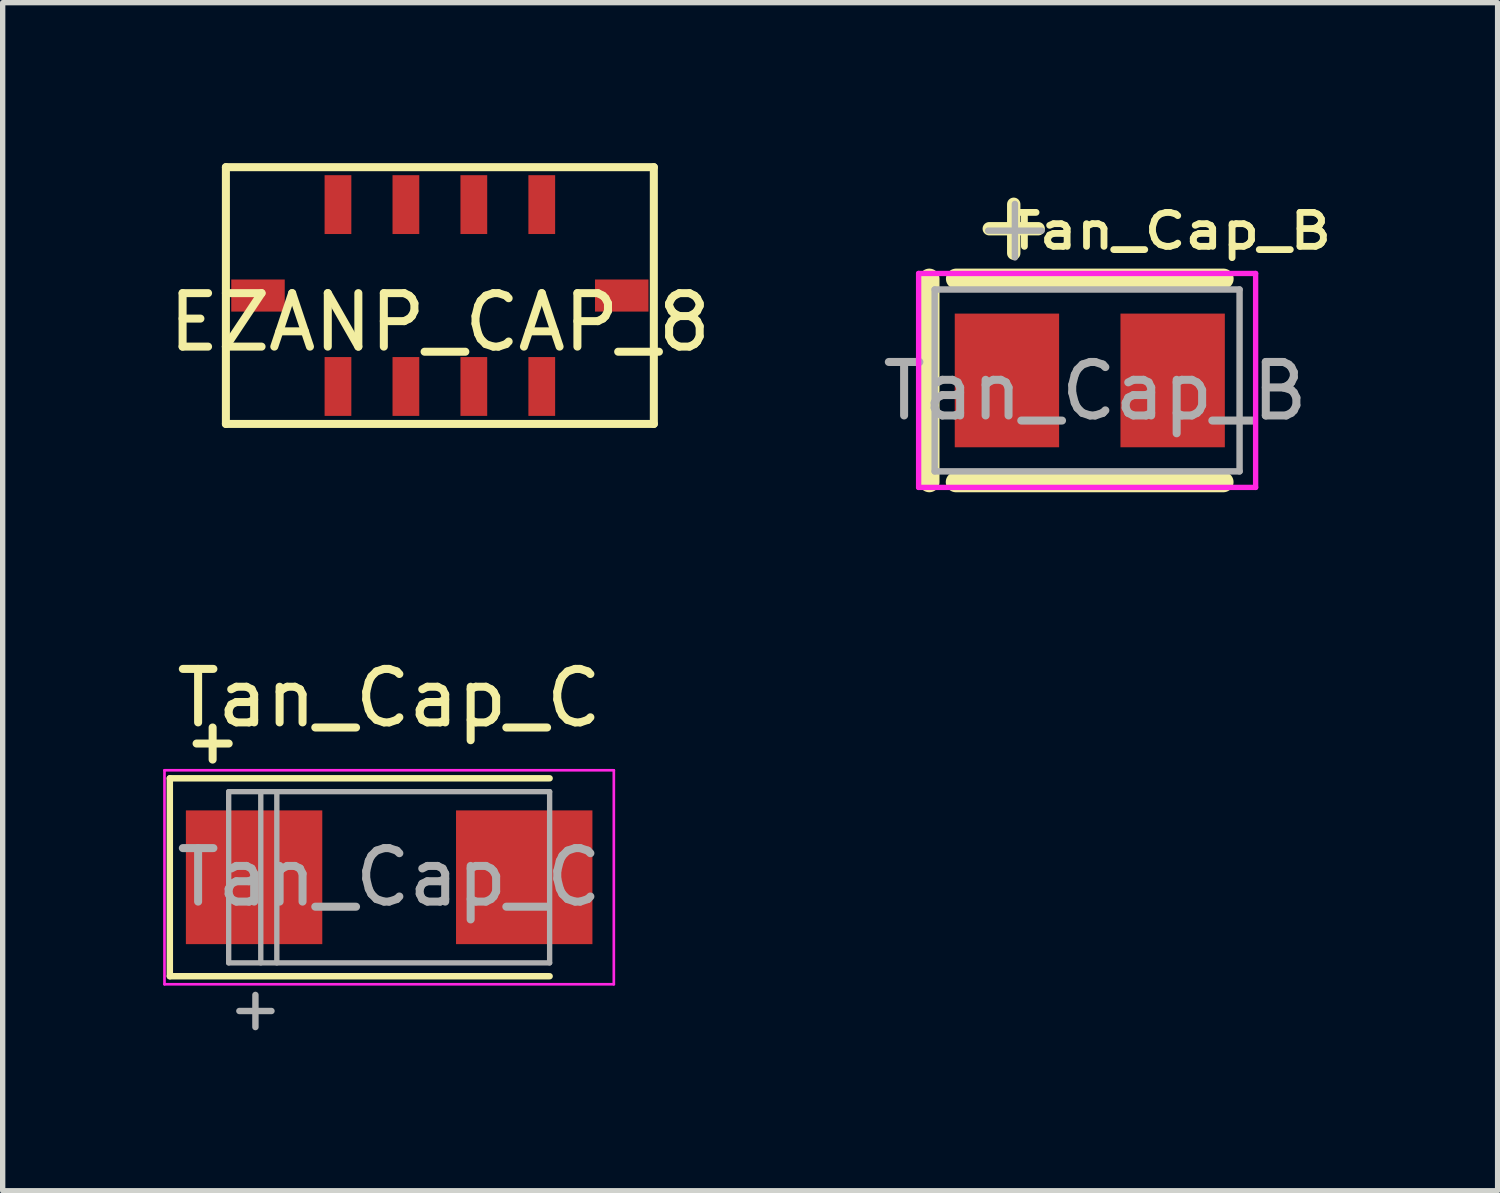
<source format=kicad_pcb>
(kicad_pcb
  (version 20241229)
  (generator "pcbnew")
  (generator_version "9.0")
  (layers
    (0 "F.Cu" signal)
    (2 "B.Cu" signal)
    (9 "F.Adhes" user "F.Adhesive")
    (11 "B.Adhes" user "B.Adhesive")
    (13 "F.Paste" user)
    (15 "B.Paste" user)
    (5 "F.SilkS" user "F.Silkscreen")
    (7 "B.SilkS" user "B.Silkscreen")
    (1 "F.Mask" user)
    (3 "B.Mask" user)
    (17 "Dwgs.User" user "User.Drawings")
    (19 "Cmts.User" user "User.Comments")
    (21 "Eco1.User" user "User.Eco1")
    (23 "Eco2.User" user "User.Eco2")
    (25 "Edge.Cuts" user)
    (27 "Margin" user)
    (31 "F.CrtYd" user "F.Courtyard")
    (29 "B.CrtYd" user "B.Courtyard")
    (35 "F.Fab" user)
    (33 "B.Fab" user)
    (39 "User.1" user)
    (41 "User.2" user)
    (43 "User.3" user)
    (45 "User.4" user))
  (footprint "Tan_Cap_C"
    (layer "F.Cu")
    (at 4.225 13.35)
    (property "Reference" "Tan_Cap_C" (at 0 -3.35 0) (layer "F.SilkS") (effects (font (size 1 1) (thickness 0.15))))
    (attr smd)
    (fp_line (start -4.1 -1.85) (end -4.1 1.85) (stroke (width 0.12) (type solid)) (layer "F.SilkS"))
    (fp_line (start -4.1 -1.85) (end 3 -1.85) (stroke (width 0.12) (type solid)) (layer "F.SilkS"))
    (fp_line (start -4.1 1.85) (end 3 1.85) (stroke (width 0.12) (type solid)) (layer "F.SilkS"))
    (fp_line (start -3.6 -2.5) (end -3 -2.5) (stroke (width 0.15) (type solid)) (layer "F.SilkS"))
    (fp_line (start -3.3 -2.2) (end -3.3 -2.8) (stroke (width 0.15) (type solid)) (layer "F.SilkS"))
    (fp_line (start -4.2 -2) (end -4.2 2) (stroke (width 0.05) (type solid)) (layer "F.CrtYd"))
    (fp_line (start -4.2 2) (end 4.2 2) (stroke (width 0.05) (type solid)) (layer "F.CrtYd"))
    (fp_line (start 4.2 -2) (end -4.2 -2) (stroke (width 0.05) (type solid)) (layer "F.CrtYd"))
    (fp_line (start 4.2 2) (end 4.2 -2) (stroke (width 0.05) (type solid)) (layer "F.CrtYd"))
    (fp_line (start -3 -1.6) (end -3 1.6) (stroke (width 0.1) (type solid)) (layer "F.Fab"))
    (fp_line (start -3 1.6) (end 3 1.6) (stroke (width 0.1) (type solid)) (layer "F.Fab"))
    (fp_line (start -2.8 2.5) (end -2.2 2.5) (stroke (width 0.12) (type solid)) (layer "F.Fab"))
    (fp_line (start -2.5 2.2) (end -2.5 2.8) (stroke (width 0.12) (type solid)) (layer "F.Fab"))
    (fp_line (start -2.4 -1.6) (end -2.4 1.6) (stroke (width 0.1) (type solid)) (layer "F.Fab"))
    (fp_line (start -2.1 -1.6) (end -2.1 1.6) (stroke (width 0.1) (type solid)) (layer "F.Fab"))
    (fp_line (start 3 -1.6) (end -3 -1.6) (stroke (width 0.1) (type solid)) (layer "F.Fab"))
    (fp_line (start 3 1.6) (end 3 -1.6) (stroke (width 0.1) (type solid)) (layer "F.Fab"))
    (fp_text user "${REFERENCE}" (at 0 0 0) (layer "F.Fab") (effects (font (size 1 1) (thickness 0.15))))
    (pad "1" smd rect (at -2.525 0) (size 2.55 2.5) (layers "F.Cu" "F.Mask" "F.Paste"))
    (pad "2" smd rect (at 2.525 0) (size 2.55 2.5) (layers "F.Cu" "F.Mask" "F.Paste")))
  (footprint "EZANP_CAP_8"
    (layer "F.Cu")
    (at 5.173 2.475)
    (property "Reference" "EZANP_CAP_8" (at 0 0.5 0) (layer "F.SilkS") (effects (font (size 1 1) (thickness 0.15))))
    (attr through_hole)
    (fp_line (start -4 -2.4) (end 4 -2.4) (stroke (width 0.15) (type solid)) (layer "F.SilkS"))
    (fp_line (start -4 2.4) (end -4 -2.4) (stroke (width 0.15) (type solid)) (layer "F.SilkS"))
    (fp_line (start 4 -2.4) (end 4 2.4) (stroke (width 0.15) (type solid)) (layer "F.SilkS"))
    (fp_line (start 4 2.4) (end -4 2.4) (stroke (width 0.15) (type solid)) (layer "F.SilkS"))
    (pad "1" smd rect (at -3.4 0) (size 1 0.6) (layers "F.Cu" "F.Mask" "F.Paste"))
    (pad "2" smd rect (at -1.905 1.7) (size 0.5 1.1) (layers "F.Cu" "F.Mask" "F.Paste"))
    (pad "3" smd rect (at -0.635 1.7) (size 0.5 1.1) (layers "F.Cu" "F.Mask" "F.Paste"))
    (pad "4" smd rect (at 0.635 1.7) (size 0.5 1.1) (layers "F.Cu" "F.Mask" "F.Paste"))
    (pad "5" smd rect (at 1.905 1.7) (size 0.5 1.1) (layers "F.Cu" "F.Mask" "F.Paste"))
    (pad "6" smd rect (at 3.4 0) (size 1 0.6) (layers "F.Cu" "F.Mask" "F.Paste"))
    (pad "7" smd rect (at 1.905 -1.7) (size 0.5 1.1) (layers "F.Cu" "F.Mask" "F.Paste"))
    (pad "8" smd rect (at 0.635 -1.7) (size 0.5 1.1) (layers "F.Cu" "F.Mask" "F.Paste"))
    (pad "9" smd rect (at -0.635 -1.7) (size 0.5 1.1) (layers "F.Cu" "F.Mask" "F.Paste"))
    (pad "10" smd rect (at -1.905 -1.7) (size 0.5 1.1) (layers "F.Cu" "F.Mask" "F.Paste")))
  (footprint "Tan_Cap_B"
    (layer "F.Cu")
    (at 17.323 4.062)
    (property "Reference" "Tan_Cap_B" (at 1.499 -2.794 180) (layer "F.SilkS") (effects (font (size 0.635 0.762) (thickness 0.127))))
    (attr smd)
    (fp_line (start -3 -1.9) (end -3 1.9) (stroke (width 0.381) (type solid)) (layer "F.SilkS"))
    (fp_line (start 2.497 1.9) (end -2.502 1.9) (stroke (width 0.381) (type solid)) (layer "F.SilkS"))
    (fp_line (start 2.499 -1.9) (end -2.499 -1.9) (stroke (width 0.381) (type solid)) (layer "F.SilkS"))
    (fp_line (start -3.2 -2) (end 3.1 -2) (stroke (width 0.1) (type solid)) (layer "F.CrtYd"))
    (fp_line (start -3.2 2) (end -3.2 -2) (stroke (width 0.1) (type solid)) (layer "F.CrtYd"))
    (fp_line (start 3.1 -2) (end 3.1 2) (stroke (width 0.1) (type solid)) (layer "F.CrtYd"))
    (fp_line (start 3.1 2) (end -3.2 2) (stroke (width 0.1) (type solid)) (layer "F.CrtYd"))
    (fp_line (start -2.9 -1.7) (end 2.8 -1.7) (stroke (width 0.12) (type solid)) (layer "F.Fab"))
    (fp_line (start -2.9 1.7) (end -2.9 -1.7) (stroke (width 0.12) (type solid)) (layer "F.Fab"))
    (fp_line (start -1.9 -2.8) (end -0.9 -2.8) (stroke (width 0.12) (type solid)) (layer "F.Fab"))
    (fp_line (start -1.4 -3.3) (end -1.4 -2.3) (stroke (width 0.12) (type solid)) (layer "F.Fab"))
    (fp_line (start 2.8 -1.7) (end 2.8 1.7) (stroke (width 0.12) (type solid)) (layer "F.Fab"))
    (fp_line (start 2.8 1.7) (end -2.9 1.7) (stroke (width 0.12) (type solid)) (layer "F.Fab"))
    (fp_text user "+" (at -1.422 -2.921 0) (layer "F.SilkS") (effects (font (size 1.2 1.2) (thickness 0.25))))
    (fp_text user "${REFERENCE}" (at 0.1 0.2 0) (layer "F.Fab") (effects (font (size 1 1) (thickness 0.15))))
    (pad "1" smd rect (at -1.549 0) (size 1.951 2.499) (layers "F.Cu" "F.Mask" "F.Paste"))
    (pad "2" smd rect (at 1.549 0) (size 1.951 2.499) (layers "F.Cu" "F.Mask" "F.Paste")))
  (gr_rect
    (start -3 -3)
    (end 24.947 19.21)
    (stroke (width 0.1) (type default))
    (fill no)
    (layer "Edge.Cuts")))
</source>
